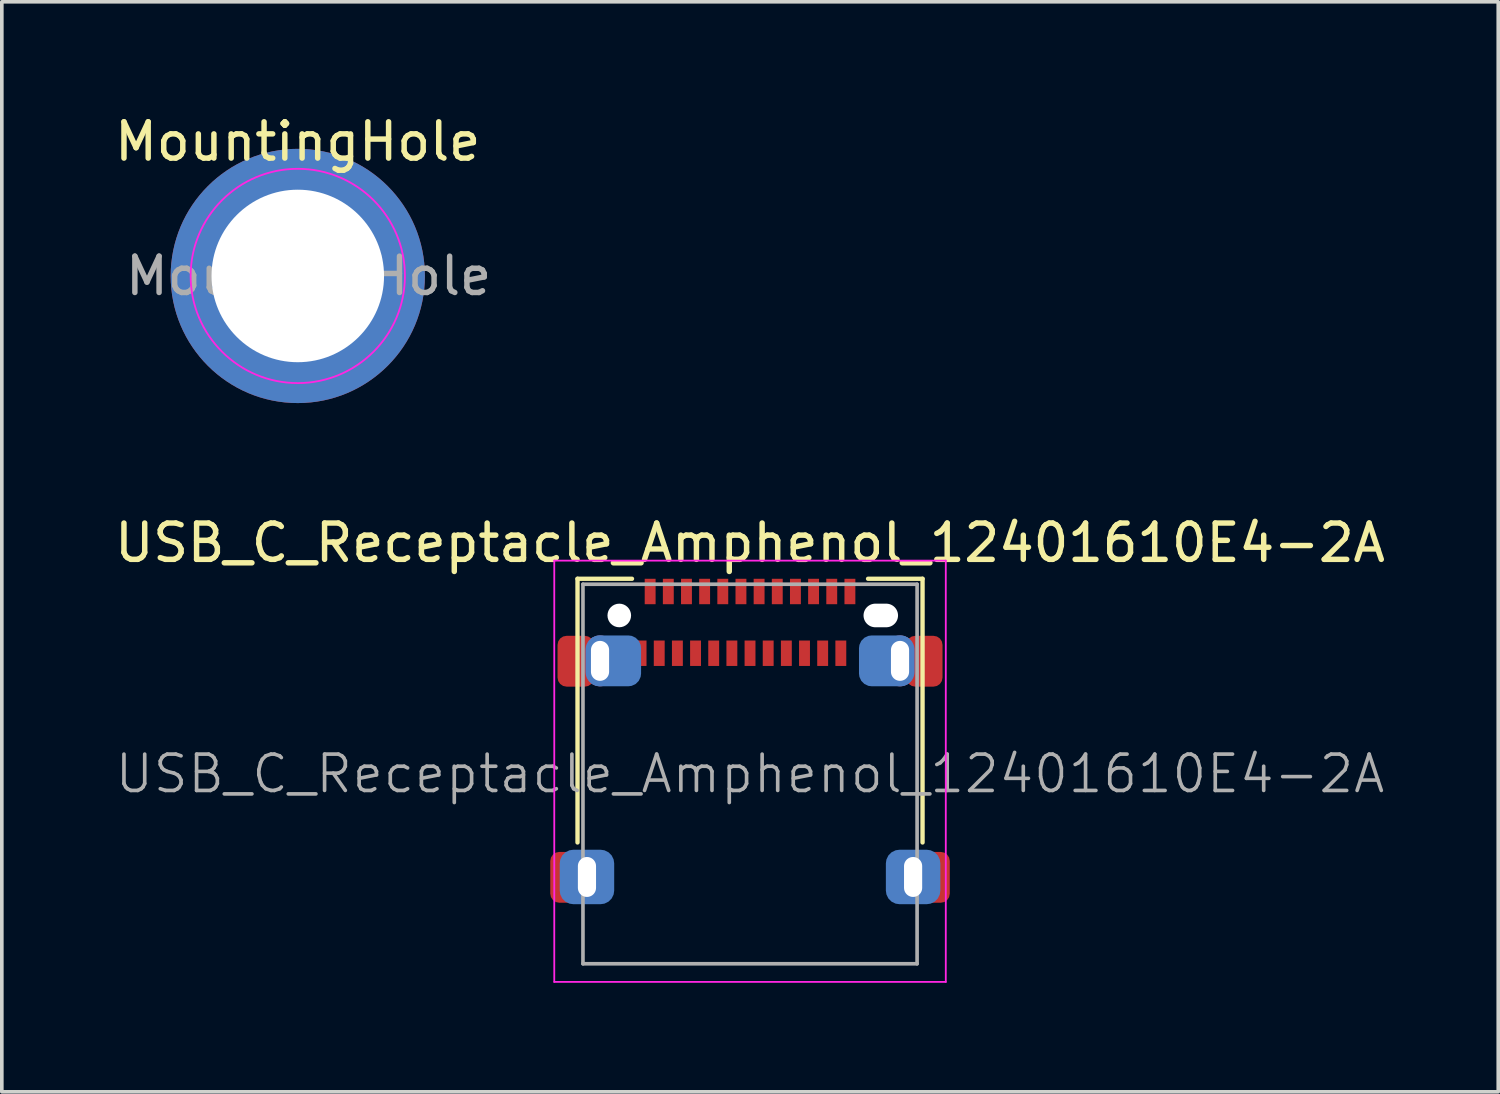
<source format=kicad_pcb>
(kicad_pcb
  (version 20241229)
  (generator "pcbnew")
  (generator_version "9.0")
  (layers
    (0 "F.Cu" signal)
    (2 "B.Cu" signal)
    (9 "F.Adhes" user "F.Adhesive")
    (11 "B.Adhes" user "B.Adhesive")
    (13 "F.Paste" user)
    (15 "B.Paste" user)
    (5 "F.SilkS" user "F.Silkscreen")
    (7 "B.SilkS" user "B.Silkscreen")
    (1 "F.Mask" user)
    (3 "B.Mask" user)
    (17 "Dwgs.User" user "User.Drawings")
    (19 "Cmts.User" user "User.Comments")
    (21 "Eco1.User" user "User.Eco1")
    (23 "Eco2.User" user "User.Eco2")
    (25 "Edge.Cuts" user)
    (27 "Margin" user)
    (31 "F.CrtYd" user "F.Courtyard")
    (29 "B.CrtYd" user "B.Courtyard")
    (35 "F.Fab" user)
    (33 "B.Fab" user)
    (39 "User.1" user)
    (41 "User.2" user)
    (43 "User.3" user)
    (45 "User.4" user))
  (footprint "MountingHole"
    (layer "F.Cu")
    (at 5.149 4.548)
    (property "Reference" "MountingHole" (at 0 -3.7 0) (layer "F.SilkS") (effects (font (size 1 1) (thickness 0.15))))
    (attr exclude_from_pos_files exclude_from_bom)
    (fp_circle (center 0 0) (end 2.95 0) (stroke (width 0.05) (type solid)) (fill no) (layer "F.CrtYd"))
    (fp_text user "${REFERENCE}" (at 0.3 0 0) (layer "F.Fab") (effects (font (size 1 1) (thickness 0.15))))
    (pad "1" thru_hole circle (at 0 0) (size 7 7) (drill 4.75) (layers "*.Cu" "*.Mask")))
  (footprint "USB_C_Receptacle_Amphenol_12401610E4-2A"
    (layer "F.Cu")
    (at 17.601 18.256)
    (property "Reference" "USB_C_Receptacle_Amphenol_12401610E4-2A" (at 0 -6.36 0) (layer "F.SilkS") (effects (font (size 1 1) (thickness 0.15))))
    (attr smd)
    (fp_line (start -4.75 -5.37) (end -4.75 1.89) (stroke (width 0.12) (type solid)) (layer "F.SilkS"))
    (fp_line (start -4.75 -5.37) (end -3.25 -5.37) (stroke (width 0.12) (type solid)) (layer "F.SilkS"))
    (fp_line (start 3.25 -5.37) (end 4.75 -5.37) (stroke (width 0.12) (type solid)) (layer "F.SilkS"))
    (fp_line (start 4.75 -5.37) (end 4.75 1.89) (stroke (width 0.12) (type solid)) (layer "F.SilkS"))
    (fp_line (start -5.39 -5.87) (end 5.39 -5.87) (stroke (width 0.05) (type solid)) (layer "F.CrtYd"))
    (fp_line (start -5.39 5.73) (end -5.39 -5.87) (stroke (width 0.05) (type solid)) (layer "F.CrtYd"))
    (fp_line (start 5.39 -5.87) (end 5.39 5.73) (stroke (width 0.05) (type solid)) (layer "F.CrtYd"))
    (fp_line (start 5.39 5.73) (end -5.39 5.73) (stroke (width 0.05) (type solid)) (layer "F.CrtYd"))
    (fp_line (start -4.6 -5.22) (end 4.6 -5.22) (stroke (width 0.1) (type solid)) (layer "F.Fab"))
    (fp_line (start -4.6 5.23) (end -4.6 -5.22) (stroke (width 0.1) (type solid)) (layer "F.Fab"))
    (fp_line (start -4.6 5.23) (end 4.6 5.23) (stroke (width 0.1) (type solid)) (layer "F.Fab"))
    (fp_line (start 4.6 5.23) (end 4.6 -5.22) (stroke (width 0.1) (type solid)) (layer "F.Fab"))
    (fp_text user "${REFERENCE}" (at 0 0 0) (layer "F.Fab") (effects (font (size 1 1) (thickness 0.1))))
    (pad "" np_thru_hole circle (at -3.6 -4.36) (size 0.65 0.65) (drill 0.65) (layers "*.Cu" "*.Mask"))
    (pad "" np_thru_hole oval (at 3.6 -4.36) (size 0.95 0.65) (drill oval 0.95 0.65) (layers "*.Cu" "*.Mask"))
    (pad "A1" smd rect (at -2.75 -5.02) (size 0.3 0.7) (layers "F.Cu" "F.Mask" "F.Paste"))
    (pad "A2" smd rect (at -2.25 -5.02) (size 0.3 0.7) (layers "F.Cu" "F.Mask" "F.Paste"))
    (pad "A3" smd rect (at -1.75 -5.02) (size 0.3 0.7) (layers "F.Cu" "F.Mask" "F.Paste"))
    (pad "A4" smd rect (at -1.25 -5.02) (size 0.3 0.7) (layers "F.Cu" "F.Mask" "F.Paste"))
    (pad "A5" smd rect (at -0.75 -5.02) (size 0.3 0.7) (layers "F.Cu" "F.Mask" "F.Paste"))
    (pad "A6" smd rect (at -0.25 -5.02) (size 0.3 0.7) (layers "F.Cu" "F.Mask" "F.Paste"))
    (pad "A7" smd rect (at 0.25 -5.02) (size 0.3 0.7) (layers "F.Cu" "F.Mask" "F.Paste"))
    (pad "A8" smd rect (at 0.75 -5.02) (size 0.3 0.7) (layers "F.Cu" "F.Mask" "F.Paste"))
    (pad "A9" smd rect (at 1.25 -5.02) (size 0.3 0.7) (layers "F.Cu" "F.Mask" "F.Paste"))
    (pad "A10" smd rect (at 1.75 -5.02) (size 0.3 0.7) (layers "F.Cu" "F.Mask" "F.Paste"))
    (pad "A11" smd rect (at 2.25 -5.02) (size 0.3 0.7) (layers "F.Cu" "F.Mask" "F.Paste"))
    (pad "A12" smd rect (at 2.75 -5.02) (size 0.3 0.7) (layers "F.Cu" "F.Mask" "F.Paste"))
    (pad "B1" smd rect (at 2.5 -3.32) (size 0.3 0.7) (layers "F.Cu" "F.Mask" "F.Paste"))
    (pad "B2" smd rect (at 2 -3.32) (size 0.3 0.7) (layers "F.Cu" "F.Mask" "F.Paste"))
    (pad "B3" smd rect (at 1.5 -3.32) (size 0.3 0.7) (layers "F.Cu" "F.Mask" "F.Paste"))
    (pad "B4" smd rect (at 1 -3.32) (size 0.3 0.7) (layers "F.Cu" "F.Mask" "F.Paste"))
    (pad "B5" smd rect (at 0.5 -3.32) (size 0.3 0.7) (layers "F.Cu" "F.Mask" "F.Paste"))
    (pad "B6" smd rect (at 0 -3.32) (size 0.3 0.7) (layers "F.Cu" "F.Mask" "F.Paste"))
    (pad "B7" smd rect (at -0.5 -3.32) (size 0.3 0.7) (layers "F.Cu" "F.Mask" "F.Paste"))
    (pad "B8" smd rect (at -1 -3.32) (size 0.3 0.7) (layers "F.Cu" "F.Mask" "F.Paste"))
    (pad "B9" smd rect (at -1.5 -3.32) (size 0.3 0.7) (layers "F.Cu" "F.Mask" "F.Paste"))
    (pad "B10" smd rect (at -2 -3.32) (size 0.3 0.7) (layers "F.Cu" "F.Mask" "F.Paste"))
    (pad "B11" smd rect (at -2.5 -3.32) (size 0.3 0.7) (layers "F.Cu" "F.Mask" "F.Paste"))
    (pad "B12" smd rect (at -3 -3.32) (size 0.3 0.7) (layers "F.Cu" "F.Mask" "F.Paste"))
    (pad "S1" smd roundrect (at -5 2.85) (size 1 1.4) (layers "F.Cu" "F.Mask" "F.Paste") (roundrect_rratio 0.25))
    (pad "S1" smd roundrect (at -4.8 -3.1) (size 1 1.4) (layers "F.Cu" "F.Mask" "F.Paste") (roundrect_rratio 0.25))
    (pad "S1" thru_hole oval (at -4.49 2.84) (size 0.8 1.4) (drill oval 0.5 1.1) (layers "*.Cu" "*.Mask" "F.Paste"))
    (pad "S1" smd roundrect (at -4.49 2.84) (size 1.5 1.5) (layers "B.Cu" "B.Mask") (roundrect_rratio 0.25))
    (pad "S1" thru_hole oval (at -4.13 -3.11) (size 0.8 1.4) (drill oval 0.5 1.1) (layers "*.Cu" "*.Mask" "F.Paste"))
    (pad "S1" smd roundrect (at -3.75 -3.11) (size 1.5 1.4) (layers "B.Cu" "B.Mask") (roundrect_rratio 0.25))
    (pad "S1" smd roundrect (at 3.75 -3.11) (size 1.5 1.4) (layers "B.Cu" "B.Mask") (roundrect_rratio 0.25))
    (pad "S1" thru_hole oval (at 4.13 -3.11) (size 0.8 1.4) (drill oval 0.5 1.1) (layers "*.Cu" "*.Mask" "F.Paste"))
    (pad "S1" thru_hole oval (at 4.49 2.84) (size 0.8 1.4) (drill oval 0.5 1.1) (layers "*.Cu" "*.Mask" "F.Paste"))
    (pad "S1" smd roundrect (at 4.49 2.84) (size 1.5 1.5) (layers "B.Cu" "B.Mask") (roundrect_rratio 0.25))
    (pad "S1" smd roundrect (at 4.8 -3.1) (size 1 1.4) (layers "F.Cu" "F.Mask" "F.Paste") (roundrect_rratio 0.25))
    (pad "S1" smd roundrect (at 5 2.85) (size 1 1.4) (layers "F.Cu" "F.Mask" "F.Paste") (roundrect_rratio 0.25)))
  (gr_rect
    (start -3 -3)
    (end 38.202 27.012)
    (stroke (width 0.1) (type default))
    (fill no)
    (layer "Edge.Cuts")))
</source>
